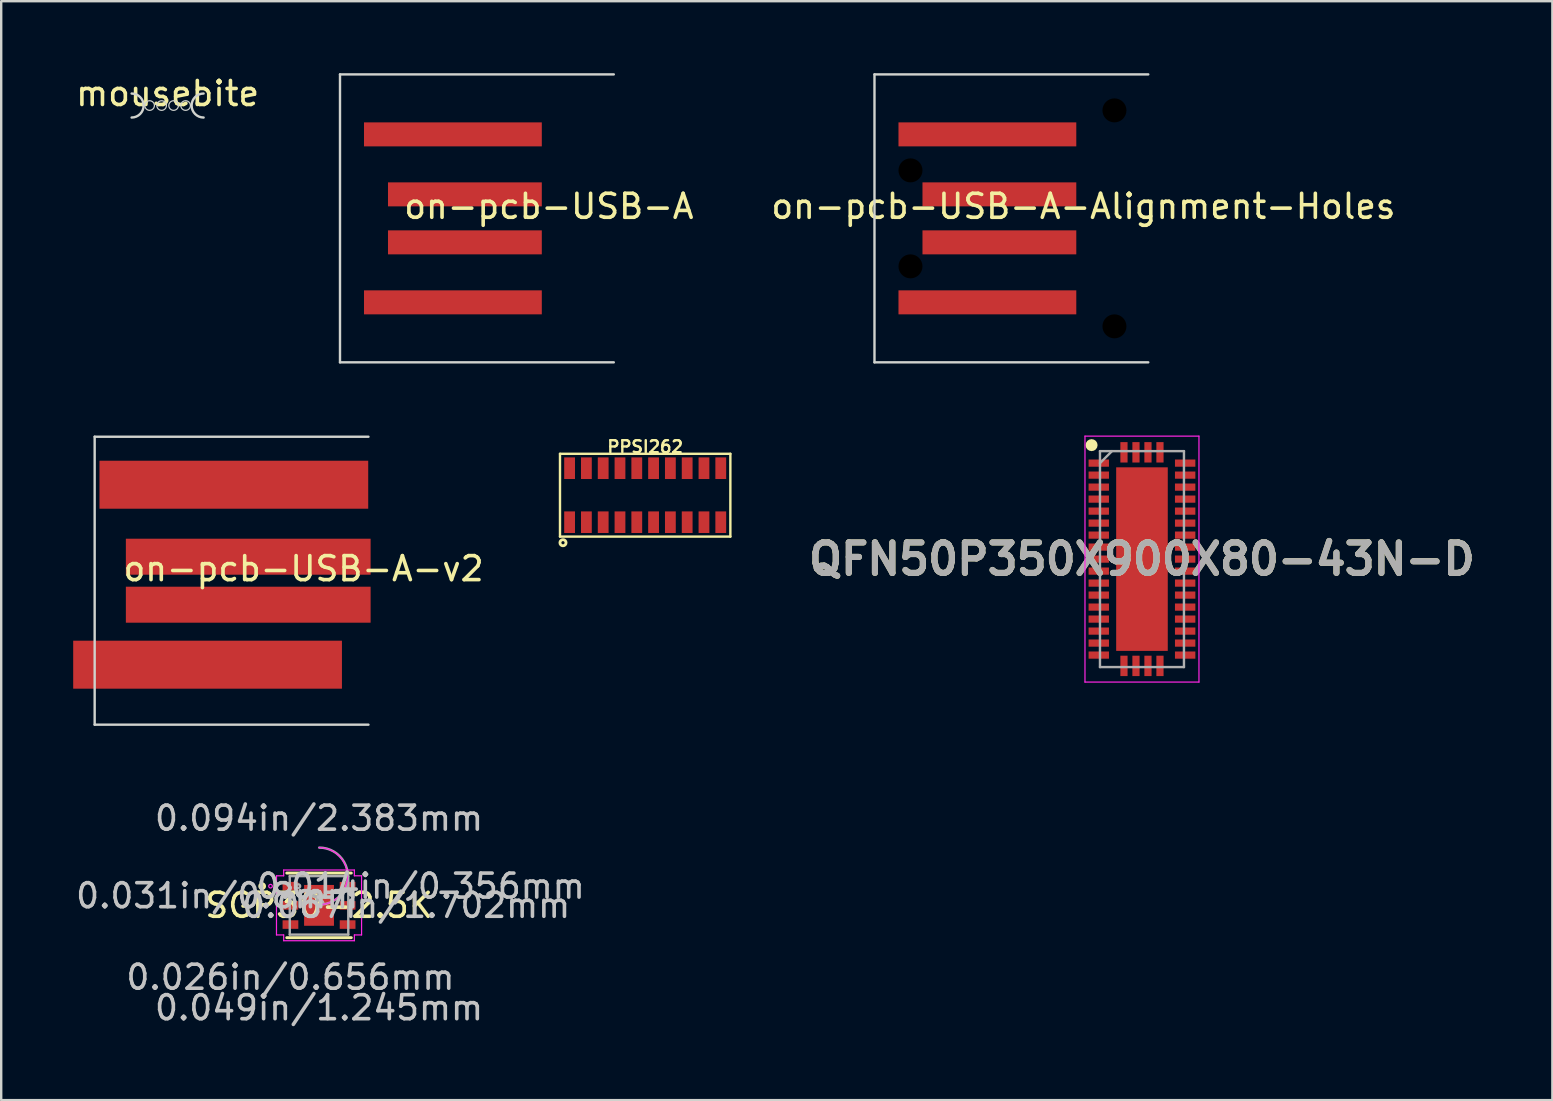
<source format=kicad_pcb>
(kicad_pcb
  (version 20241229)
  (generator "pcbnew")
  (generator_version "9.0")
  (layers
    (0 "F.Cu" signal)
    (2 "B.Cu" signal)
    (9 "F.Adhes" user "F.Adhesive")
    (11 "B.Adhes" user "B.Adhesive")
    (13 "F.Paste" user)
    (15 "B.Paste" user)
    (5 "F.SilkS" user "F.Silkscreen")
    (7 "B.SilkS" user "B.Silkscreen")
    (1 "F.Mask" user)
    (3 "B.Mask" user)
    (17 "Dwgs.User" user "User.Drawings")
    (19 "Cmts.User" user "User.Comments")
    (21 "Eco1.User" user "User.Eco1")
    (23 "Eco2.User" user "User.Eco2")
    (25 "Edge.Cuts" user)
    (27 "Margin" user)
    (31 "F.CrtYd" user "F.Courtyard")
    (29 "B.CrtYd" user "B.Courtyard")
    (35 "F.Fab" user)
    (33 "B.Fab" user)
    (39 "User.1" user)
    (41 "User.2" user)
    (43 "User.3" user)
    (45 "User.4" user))
  (footprint "SGP30-2.5K"
    (layer "F.Cu")
    (at 10.245 34.68)
    (property "Reference" "SGP30-2.5K" (at 0 0 0) (layer "F.SilkS") (effects (font (size 1 1) (thickness 0.15))))
    (attr through_hole)
    (fp_line (start -1.346 1.346) (end 1.346 1.346) (stroke (width 0.12) (type solid)) (layer "F.SilkS"))
    (fp_line (start 1.346 -1.346) (end -1.346 -1.346) (stroke (width 0.12) (type solid)) (layer "F.SilkS"))
    (fp_circle (center -2.37 -0.8) (end -2.268 -0.8) (stroke (width 0.12) (type solid)) (fill no) (layer "F.SilkS"))
    (fp_line (start -1.773 -1.232) (end -1.473 -1.232) (stroke (width 0.05) (type solid)) (layer "F.CrtYd"))
    (fp_line (start -1.773 1.232) (end -1.773 -1.232) (stroke (width 0.05) (type solid)) (layer "F.CrtYd"))
    (fp_line (start -1.473 -1.473) (end 1.473 -1.473) (stroke (width 0.05) (type solid)) (layer "F.CrtYd"))
    (fp_line (start -1.473 -1.232) (end -1.473 -1.473) (stroke (width 0.05) (type solid)) (layer "F.CrtYd"))
    (fp_line (start -1.473 1.232) (end -1.773 1.232) (stroke (width 0.05) (type solid)) (layer "F.CrtYd"))
    (fp_line (start -1.473 1.473) (end -1.473 1.232) (stroke (width 0.05) (type solid)) (layer "F.CrtYd"))
    (fp_line (start 1.473 -1.473) (end 1.473 -1.232) (stroke (width 0.05) (type solid)) (layer "F.CrtYd"))
    (fp_line (start 1.473 -1.232) (end 1.773 -1.232) (stroke (width 0.05) (type solid)) (layer "F.CrtYd"))
    (fp_line (start 1.473 1.232) (end 1.473 1.473) (stroke (width 0.05) (type solid)) (layer "F.CrtYd"))
    (fp_line (start 1.473 1.473) (end -1.473 1.473) (stroke (width 0.05) (type solid)) (layer "F.CrtYd"))
    (fp_line (start 1.773 -1.232) (end 1.773 1.232) (stroke (width 0.05) (type solid)) (layer "F.CrtYd"))
    (fp_line (start 1.773 1.232) (end 1.473 1.232) (stroke (width 0.05) (type solid)) (layer "F.CrtYd"))
    (fp_arc (start 0.005161 -2.407432) (mid 1.188232 -1.214039) (end -0.005161 -0.030968) (stroke (width 0.05) (type solid)) (layer "F.CrtYd"))
    (fp_circle (center -2.021 -0.8) (end -1.945 -0.8) (stroke (width 0.05) (type solid)) (fill no) (layer "F.CrtYd"))
    (fp_line (start -1.219 -1.219) (end -1.219 1.219) (stroke (width 0.1) (type solid)) (layer "F.Fab"))
    (fp_line (start -1.219 1.219) (end 1.219 1.219) (stroke (width 0.1) (type solid)) (layer "F.Fab"))
    (fp_line (start 1.219 -1.219) (end -1.219 -1.219) (stroke (width 0.1) (type solid)) (layer "F.Fab"))
    (fp_line (start 1.219 1.219) (end 1.219 -1.219) (stroke (width 0.1) (type solid)) (layer "F.Fab"))
    (fp_arc (start 0.007742 -2.407432) (mid 1.188232 -1.211458) (end -0.007742 -0.030968) (stroke (width 0.1) (type solid)) (layer "F.Fab"))
    (fp_circle (center -0.864 -0.8) (end -0.787 -0.8) (stroke (width 0.1) (type solid)) (fill no) (layer "F.Fab"))
    (fp_text user "*" (at 0 0 0) (layer "F.SilkS") (effects (font (size 1 1) (thickness 0.15))))
    (fp_text user "0.049in/1.245mm" (at 0 4.267 0) (layer "Dwgs.User") (effects (font (size 1 1) (thickness 0.15))))
    (fp_text user "0.067in/1.702mm" (at 3.632 0 0) (layer "Dwgs.User") (effects (font (size 1 1) (thickness 0.15))))
    (fp_text user "0.026in/0.656mm" (at -1.191 2.997 0) (layer "Dwgs.User") (effects (font (size 1 1) (thickness 0.15))))
    (fp_text user "0.094in/2.383mm" (at 0 -3.632 0) (layer "Dwgs.User") (effects (font (size 1 1) (thickness 0.15))))
    (fp_text user "0.031in/0.8mm" (at -4.239 -0.4 0) (layer "Dwgs.User") (effects (font (size 1 1) (thickness 0.15))))
    (fp_text user "0.014in/0.356mm" (at 4.239 -0.8 0) (layer "Dwgs.User") (effects (font (size 1 1) (thickness 0.15))))
    (fp_text user "Copyright 2021 Accelerated Designs. All rights reserved." (at 0 0 0) (layer "Cmts.User") (effects (font (size 0.127 0.127) (thickness 0.002))))
    (fp_text user "*" (at 0 0 0) (layer "F.Fab") (effects (font (size 1 1) (thickness 0.15))))
    (pad "1" smd rect (at -1.191 -0.8) (size 0.656 0.356) (layers "F.Cu" "F.Mask" "F.Paste"))
    (pad "2" smd rect (at -1.191 0) (size 0.656 0.356) (layers "F.Cu" "F.Mask" "F.Paste"))
    (pad "3" smd rect (at -1.191 0.8) (size 0.656 0.356) (layers "F.Cu" "F.Mask" "F.Paste"))
    (pad "4" smd rect (at 1.191 0.8) (size 0.656 0.356) (layers "F.Cu" "F.Mask" "F.Paste"))
    (pad "5" smd rect (at 1.191 0) (size 0.656 0.356) (layers "F.Cu" "F.Mask" "F.Paste"))
    (pad "6" smd rect (at 1.191 -0.8) (size 0.656 0.356) (layers "F.Cu" "F.Mask" "F.Paste"))
    (pad "7" smd rect (at 0 0) (size 1.245 1.702) (layers "F.Cu" "F.Mask" "F.Paste")))
  (footprint "QFN50P350X900X80-43N-D"
    (layer "F.Cu")
    (at 44.54 20.25)
    (property "Reference" "QFN50P350X900X80-43N-D" (at 0 0 0) (layer "F.SilkS") (effects (font (size 1.27 1.27) (thickness 0.254))))
    (attr smd)
    (fp_circle (center -2.1 -4.75) (end -2.1 -4.625) (stroke (width 0.25) (type solid)) (fill no) (layer "F.SilkS"))
    (fp_line (start -2.375 -5.125) (end 2.375 -5.125) (stroke (width 0.05) (type solid)) (layer "F.CrtYd"))
    (fp_line (start -2.375 5.125) (end -2.375 -5.125) (stroke (width 0.05) (type solid)) (layer "F.CrtYd"))
    (fp_line (start 2.375 -5.125) (end 2.375 5.125) (stroke (width 0.05) (type solid)) (layer "F.CrtYd"))
    (fp_line (start 2.375 5.125) (end -2.375 5.125) (stroke (width 0.05) (type solid)) (layer "F.CrtYd"))
    (fp_line (start -1.75 -4.5) (end 1.75 -4.5) (stroke (width 0.1) (type solid)) (layer "F.Fab"))
    (fp_line (start -1.75 -4) (end -1.25 -4.5) (stroke (width 0.1) (type solid)) (layer "F.Fab"))
    (fp_line (start -1.75 4.5) (end -1.75 -4.5) (stroke (width 0.1) (type solid)) (layer "F.Fab"))
    (fp_line (start 1.75 -4.5) (end 1.75 4.5) (stroke (width 0.1) (type solid)) (layer "F.Fab"))
    (fp_line (start 1.75 4.5) (end -1.75 4.5) (stroke (width 0.1) (type solid)) (layer "F.Fab"))
    (fp_text user "${REFERENCE}" (at 0 0 0) (layer "F.Fab") (effects (font (size 1.27 1.27) (thickness 0.254))))
    (pad "1" smd rect (at -1.8 -4 90) (size 0.3 0.85) (layers "F.Cu" "F.Mask" "F.Paste"))
    (pad "2" smd rect (at -1.8 -3.5 90) (size 0.3 0.85) (layers "F.Cu" "F.Mask" "F.Paste"))
    (pad "3" smd rect (at -1.8 -3 90) (size 0.3 0.85) (layers "F.Cu" "F.Mask" "F.Paste"))
    (pad "4" smd rect (at -1.8 -2.5 90) (size 0.3 0.85) (layers "F.Cu" "F.Mask" "F.Paste"))
    (pad "5" smd rect (at -1.8 -2 90) (size 0.3 0.85) (layers "F.Cu" "F.Mask" "F.Paste"))
    (pad "6" smd rect (at -1.8 -1.5 90) (size 0.3 0.85) (layers "F.Cu" "F.Mask" "F.Paste"))
    (pad "7" smd rect (at -1.8 -1 90) (size 0.3 0.85) (layers "F.Cu" "F.Mask" "F.Paste"))
    (pad "8" smd rect (at -1.8 -0.5 90) (size 0.3 0.85) (layers "F.Cu" "F.Mask" "F.Paste"))
    (pad "9" smd rect (at -1.8 0 90) (size 0.3 0.85) (layers "F.Cu" "F.Mask" "F.Paste"))
    (pad "10" smd rect (at -1.8 0.5 90) (size 0.3 0.85) (layers "F.Cu" "F.Mask" "F.Paste"))
    (pad "11" smd rect (at -1.8 1 90) (size 0.3 0.85) (layers "F.Cu" "F.Mask" "F.Paste"))
    (pad "12" smd rect (at -1.8 1.5 90) (size 0.3 0.85) (layers "F.Cu" "F.Mask" "F.Paste"))
    (pad "13" smd rect (at -1.8 2 90) (size 0.3 0.85) (layers "F.Cu" "F.Mask" "F.Paste"))
    (pad "14" smd rect (at -1.8 2.5 90) (size 0.3 0.85) (layers "F.Cu" "F.Mask" "F.Paste"))
    (pad "15" smd rect (at -1.8 3 90) (size 0.3 0.85) (layers "F.Cu" "F.Mask" "F.Paste"))
    (pad "16" smd rect (at -1.8 3.5 90) (size 0.3 0.85) (layers "F.Cu" "F.Mask" "F.Paste"))
    (pad "17" smd rect (at -1.8 4 90) (size 0.3 0.85) (layers "F.Cu" "F.Mask" "F.Paste"))
    (pad "18" smd rect (at -0.75 4.45) (size 0.3 0.85) (layers "F.Cu" "F.Mask" "F.Paste"))
    (pad "19" smd rect (at -0.25 4.45) (size 0.3 0.85) (layers "F.Cu" "F.Mask" "F.Paste"))
    (pad "20" smd rect (at 0.25 4.45) (size 0.3 0.85) (layers "F.Cu" "F.Mask" "F.Paste"))
    (pad "21" smd rect (at 0.75 4.45) (size 0.3 0.85) (layers "F.Cu" "F.Mask" "F.Paste"))
    (pad "22" smd rect (at 1.8 4 90) (size 0.3 0.85) (layers "F.Cu" "F.Mask" "F.Paste"))
    (pad "23" smd rect (at 1.8 3.5 90) (size 0.3 0.85) (layers "F.Cu" "F.Mask" "F.Paste"))
    (pad "24" smd rect (at 1.8 3 90) (size 0.3 0.85) (layers "F.Cu" "F.Mask" "F.Paste"))
    (pad "25" smd rect (at 1.8 2.5 90) (size 0.3 0.85) (layers "F.Cu" "F.Mask" "F.Paste"))
    (pad "26" smd rect (at 1.8 2 90) (size 0.3 0.85) (layers "F.Cu" "F.Mask" "F.Paste"))
    (pad "27" smd rect (at 1.8 1.5 90) (size 0.3 0.85) (layers "F.Cu" "F.Mask" "F.Paste"))
    (pad "28" smd rect (at 1.8 1 90) (size 0.3 0.85) (layers "F.Cu" "F.Mask" "F.Paste"))
    (pad "29" smd rect (at 1.8 0.5 90) (size 0.3 0.85) (layers "F.Cu" "F.Mask" "F.Paste"))
    (pad "30" smd rect (at 1.8 0 90) (size 0.3 0.85) (layers "F.Cu" "F.Mask" "F.Paste"))
    (pad "31" smd rect (at 1.8 -0.5 90) (size 0.3 0.85) (layers "F.Cu" "F.Mask" "F.Paste"))
    (pad "32" smd rect (at 1.8 -1 90) (size 0.3 0.85) (layers "F.Cu" "F.Mask" "F.Paste"))
    (pad "33" smd rect (at 1.8 -1.5 90) (size 0.3 0.85) (layers "F.Cu" "F.Mask" "F.Paste"))
    (pad "34" smd rect (at 1.8 -2 90) (size 0.3 0.85) (layers "F.Cu" "F.Mask" "F.Paste"))
    (pad "35" smd rect (at 1.8 -2.5 90) (size 0.3 0.85) (layers "F.Cu" "F.Mask" "F.Paste"))
    (pad "36" smd rect (at 1.8 -3 90) (size 0.3 0.85) (layers "F.Cu" "F.Mask" "F.Paste"))
    (pad "37" smd rect (at 1.8 -3.5 90) (size 0.3 0.85) (layers "F.Cu" "F.Mask" "F.Paste"))
    (pad "38" smd rect (at 1.8 -4 90) (size 0.3 0.85) (layers "F.Cu" "F.Mask" "F.Paste"))
    (pad "39" smd rect (at 0.75 -4.45) (size 0.3 0.85) (layers "F.Cu" "F.Mask" "F.Paste"))
    (pad "40" smd rect (at 0.25 -4.45) (size 0.3 0.85) (layers "F.Cu" "F.Mask" "F.Paste"))
    (pad "41" smd rect (at -0.25 -4.45) (size 0.3 0.85) (layers "F.Cu" "F.Mask" "F.Paste"))
    (pad "42" smd rect (at -0.75 -4.45) (size 0.3 0.85) (layers "F.Cu" "F.Mask" "F.Paste"))
    (pad "PAD" smd rect (at 0 0) (size 2.15 7.65) (layers "F.Cu" "F.Mask" "F.Paste")))
  (footprint "on-pcb-USB-A-v2"
    (layer "F.Cu")
    (at 0.895 21.15)
    (property "Reference" "on-pcb-USB-A-v2" (at 8.705 -0.5 0) (unlocked yes) (layer "F.SilkS") (effects (font (size 1 1) (thickness 0.15))))
    (attr exclude_from_pos_files exclude_from_bom)
    (fp_line (start 0 -6) (end 0 6) (stroke (width 0.1) (type solid)) (layer "Edge.Cuts"))
    (fp_line (start 11.41 -6) (end 0 -6) (stroke (width 0.1) (type solid)) (layer "Edge.Cuts"))
    (fp_line (start 11.41 6) (end 0 6) (stroke (width 0.1) (type solid)) (layer "Edge.Cuts"))
    (pad "1" connect rect (at 4.705 3.5 180) (size 11.2 2) (layers "F.Cu" "F.Mask"))
    (pad "2" connect rect (at 6.4 1 180) (size 10.2 1.5) (layers "F.Cu" "F.Mask"))
    (pad "3" connect rect (at 6.4 -1 180) (size 10.2 1.5) (layers "F.Cu" "F.Mask"))
    (pad "4" connect rect (at 5.8 -4 180) (size 11.2 2) (layers "F.Cu" "F.Mask")))
  (footprint "on-pcb-USB-A"
    (layer "F.Cu")
    (at 11.119 6.05)
    (property "Reference" "on-pcb-USB-A" (at 8.705 -0.5 0) (unlocked yes) (layer "F.SilkS") (effects (font (size 1 1) (thickness 0.15))))
    (attr exclude_from_pos_files exclude_from_bom)
    (fp_line (start 0 -6) (end 0 6) (stroke (width 0.1) (type solid)) (layer "Edge.Cuts"))
    (fp_line (start 11.41 -6) (end 0 -6) (stroke (width 0.1) (type solid)) (layer "Edge.Cuts"))
    (fp_line (start 11.41 6) (end 0 6) (stroke (width 0.1) (type solid)) (layer "Edge.Cuts"))
    (pad "1" connect rect (at 4.705 3.5 180) (size 7.41 1) (layers "F.Cu" "F.Mask"))
    (pad "2" connect rect (at 5.205 1 180) (size 6.41 1) (layers "F.Cu" "F.Mask"))
    (pad "3" connect rect (at 5.205 -1 180) (size 6.41 1) (layers "F.Cu" "F.Mask"))
    (pad "4" connect rect (at 4.705 -3.5 180) (size 7.41 1) (layers "F.Cu" "F.Mask")))
  (footprint "PPSI262"
    (layer "F.Cu")
    (at 23.837 17.587)
    (property "Reference" "PPSI262" (at 0 -2.019 180) (layer "F.SilkS") (effects (font (size 0.5 0.5) (thickness 0.1))))
    (attr smd)
    (fp_line (start -3.55 -1.725) (end -3.55 1.725) (stroke (width 0.1) (type solid)) (layer "F.SilkS"))
    (fp_line (start -3.55 -1.725) (end 3.55 -1.725) (stroke (width 0.1) (type solid)) (layer "F.SilkS"))
    (fp_line (start -3.55 1.725) (end 3.55 1.725) (stroke (width 0.1) (type solid)) (layer "F.SilkS"))
    (fp_line (start 3.55 -1.725) (end 3.55 1.725) (stroke (width 0.1) (type solid)) (layer "F.SilkS"))
    (fp_circle (center -3.425 1.98) (end -3.298 1.98) (stroke (width 0.12) (type solid)) (fill no) (layer "F.SilkS"))
    (fp_line (start -0.762 0) (end 0.762 0) (stroke (width 0.12) (type solid)) (layer "Eco1.User"))
    (fp_line (start 0 0.762) (end 0 -0.762) (stroke (width 0.12) (type solid)) (layer "Eco1.User"))
    (pad "1" smd rect (at -3.15 1.125) (size 0.45 0.9) (layers "F.Cu" "F.Mask" "F.Paste"))
    (pad "2" smd rect (at -2.45 1.125) (size 0.45 0.9) (layers "F.Cu" "F.Mask" "F.Paste"))
    (pad "3" smd rect (at -1.75 1.125) (size 0.45 0.9) (layers "F.Cu" "F.Mask" "F.Paste"))
    (pad "4" smd rect (at -1.05 1.125) (size 0.45 0.9) (layers "F.Cu" "F.Mask" "F.Paste"))
    (pad "5" smd rect (at -0.35 1.125) (size 0.45 0.9) (layers "F.Cu" "F.Mask" "F.Paste"))
    (pad "6" smd rect (at 0.35 1.125) (size 0.45 0.9) (layers "F.Cu" "F.Mask" "F.Paste"))
    (pad "7" smd rect (at 1.05 1.125) (size 0.45 0.9) (layers "F.Cu" "F.Mask" "F.Paste"))
    (pad "8" smd rect (at 1.75 1.125) (size 0.45 0.9) (layers "F.Cu" "F.Mask" "F.Paste"))
    (pad "9" smd rect (at 2.45 1.125) (size 0.45 0.9) (layers "F.Cu" "F.Mask" "F.Paste"))
    (pad "10" smd rect (at 3.15 1.125) (size 0.45 0.9) (layers "F.Cu" "F.Mask" "F.Paste"))
    (pad "11" smd rect (at 3.15 -1.125 180) (size 0.45 0.9) (layers "F.Cu" "F.Mask" "F.Paste"))
    (pad "12" smd rect (at 2.45 -1.125 180) (size 0.45 0.9) (layers "F.Cu" "F.Mask" "F.Paste"))
    (pad "13" smd rect (at 1.75 -1.125 180) (size 0.45 0.9) (layers "F.Cu" "F.Mask" "F.Paste"))
    (pad "14" smd rect (at 1.05 -1.125 180) (size 0.45 0.9) (layers "F.Cu" "F.Mask" "F.Paste"))
    (pad "15" smd rect (at 0.35 -1.125 180) (size 0.45 0.9) (layers "F.Cu" "F.Mask" "F.Paste"))
    (pad "16" smd rect (at -0.35 -1.125 180) (size 0.45 0.9) (layers "F.Cu" "F.Mask" "F.Paste"))
    (pad "17" smd rect (at -1.05 -1.125 180) (size 0.45 0.9) (layers "F.Cu" "F.Mask" "F.Paste"))
    (pad "18" smd rect (at -1.75 -1.125 180) (size 0.45 0.9) (layers "F.Cu" "F.Mask" "F.Paste"))
    (pad "19" smd rect (at -2.45 -1.125 180) (size 0.45 0.9) (layers "F.Cu" "F.Mask" "F.Paste"))
    (pad "20" smd rect (at -3.15 -1.125 180) (size 0.45 0.9) (layers "F.Cu" "F.Mask" "F.Paste")))
  (footprint "on-pcb-USB-A-Alignment-Holes"
    (layer "F.Cu")
    (at 33.393 6.05)
    (property "Reference" "on-pcb-USB-A-Alignment-Holes" (at 8.705 -0.5 0) (unlocked yes) (layer "F.SilkS") (effects (font (size 1 1) (thickness 0.15))))
    (attr exclude_from_pos_files exclude_from_bom)
    (fp_line (start 0 -6) (end 0 6) (stroke (width 0.1) (type solid)) (layer "Edge.Cuts"))
    (fp_line (start 11.41 -6) (end 0 -6) (stroke (width 0.1) (type solid)) (layer "Edge.Cuts"))
    (fp_line (start 11.41 6) (end 0 6) (stroke (width 0.1) (type solid)) (layer "Edge.Cuts"))
    (pad "" np_thru_hole circle (at 1.5 -2) (size 1 1) (drill 1) (layers "*.Mask"))
    (pad "" np_thru_hole circle (at 1.5 2) (size 1 1) (drill 1) (layers "*.Mask"))
    (pad "" np_thru_hole circle (at 10 -4.5) (size 1 1) (drill 1) (layers "*.Mask"))
    (pad "" np_thru_hole circle (at 10 4.5) (size 1 1) (drill 1) (layers "*.Mask"))
    (pad "1" connect rect (at 4.705 3.5 180) (size 7.41 1) (layers "F.Cu" "F.Mask"))
    (pad "2" connect rect (at 5.205 1 180) (size 6.41 1) (layers "F.Cu" "F.Mask"))
    (pad "3" connect rect (at 5.205 -1 180) (size 6.41 1) (layers "F.Cu" "F.Mask"))
    (pad "4" connect rect (at 4.705 -3.5 180) (size 7.41 1) (layers "F.Cu" "F.Mask")))
  (footprint "mousebite"
    (layer "F.Cu")
    (at 3.935 1.348)
    (property "Reference" "mousebite" (at 0 -0.5 0) (unlocked yes) (layer "F.SilkS") (effects (font (size 1 1) (thickness 0.15))))
    (attr board_only exclude_from_pos_files exclude_from_bom)
    (fp_arc (start -1.5 -0.5) (mid -1 0) (end -1.5 0.5) (stroke (width 0.1) (type solid)) (layer "Edge.Cuts"))
    (fp_arc (start 1.5 0.5) (mid 1 0) (end 1.5 -0.5) (stroke (width 0.1) (type solid)) (layer "Edge.Cuts"))
    (fp_circle (center -0.75 0) (end -0.55 0) (stroke (width 0.05) (type solid)) (fill no) (layer "Edge.Cuts"))
    (fp_circle (center -0.25 0) (end -0.05 0) (stroke (width 0.05) (type solid)) (fill no) (layer "Edge.Cuts"))
    (fp_circle (center 0.25 0) (end 0.45 0) (stroke (width 0.05) (type solid)) (fill no) (layer "Edge.Cuts"))
    (fp_circle (center 0.75 0) (end 0.95 0) (stroke (width 0.05) (type solid)) (fill no) (layer "Edge.Cuts"))
    (zone (net_name "") (layers "F.Cu" "B.Cu") (hatch none 0.508) (connect_pads) (min_thickness 0.254) (filled_areas_thickness no) (keepout (tracks not_allowed) (vias not_allowed) (pads not_allowed) (copperpour not_allowed) (footprints not_allowed)) (placement (enabled no)) (fill) (polygon (pts (xy 5.635 2.048) (xy 2.235 2.048) (xy 2.235 0.648) (xy 5.635 0.648)))))
  (gr_rect
    (start -3 -3)
    (end 61.643 42.796)
    (stroke (width 0.1) (type default))
    (fill no)
    (layer "Edge.Cuts")))
</source>
